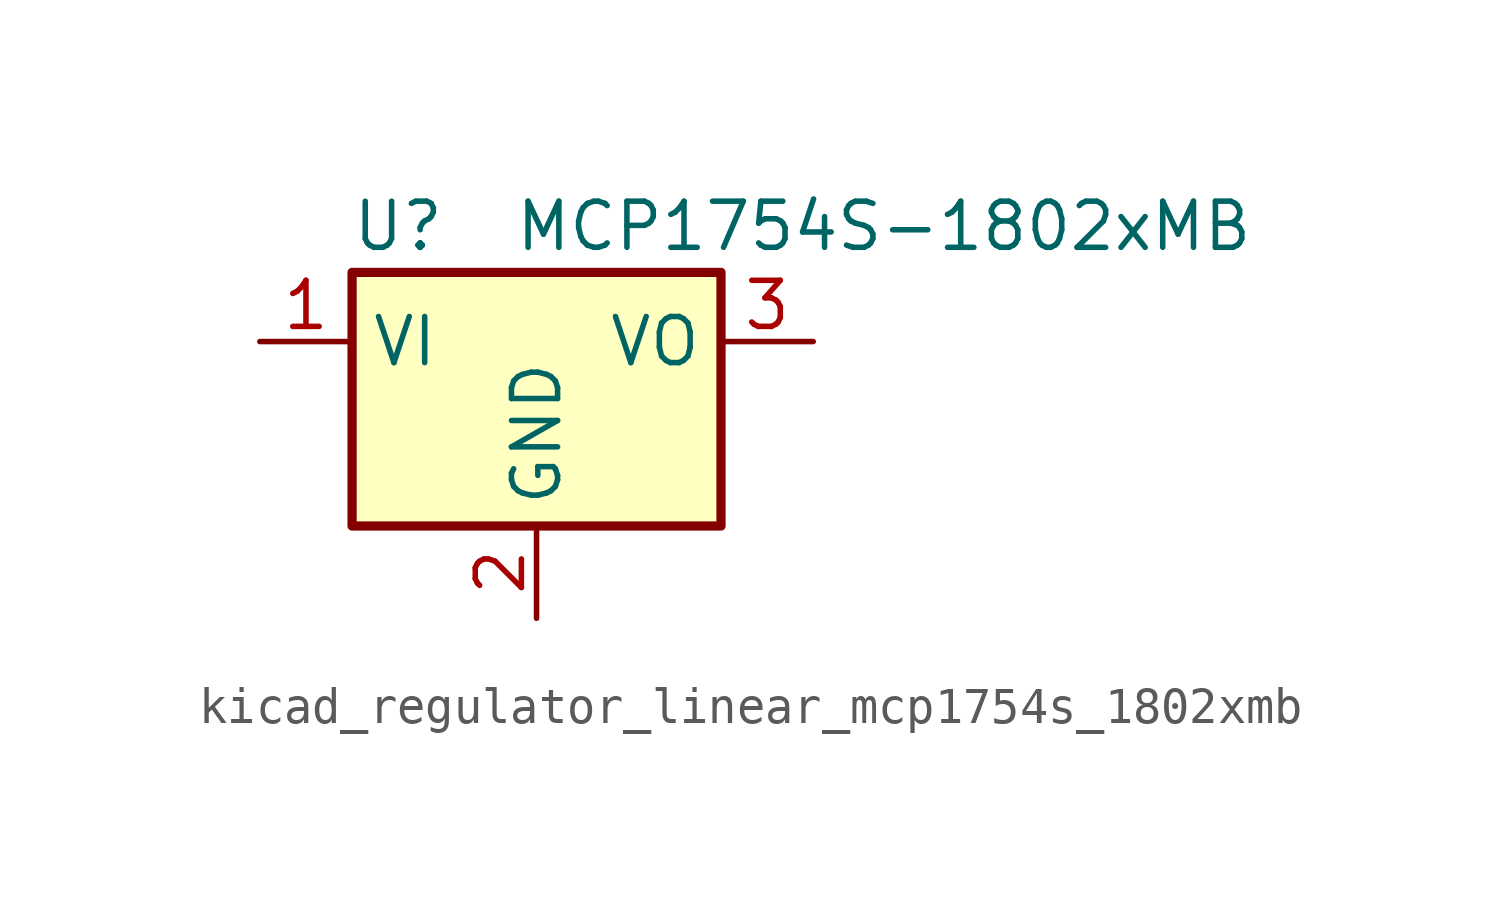
<source format=kicad_sym>
(kicad_symbol_lib
  (version 20220914)
  (generator kicad_symbol_editor)
  (symbol "kicad_regulator_linear_mcp1754s_1802xmb"
    (property "Reference" "U"
      (at -3.81 3.175 0)
      (effects (font (size 1.27 1.27))))
    (property "Value" "MCP1754S-1802xMB"
      (at -0.635 3.175 0)
      (effects (font (size 1.27 1.27)) (justify left)))
    (symbol "kicad_regulator_linear_mcp1754s_1802xmb_0_1"
      (rectangle (start -5.08 -5.08) (end 5.08 1.905) (stroke (width 0.254) (type default)) (fill (type background))))
    (symbol "kicad_regulator_linear_mcp1754s_1802xmb_1_1"
      (pin power_in line (at -7.62 0 0) (length 2.54) (name "VI" (effects (font (size 1.27 1.27)))) (number "1" (effects (font (size 1.27 1.27)))))
      (pin power_in line (at 0 -7.62 90) (length 2.54) (name "GND" (effects (font (size 1.27 1.27)))) (number "2" (effects (font (size 1.27 1.27)))))
      (pin power_out line (at 7.62 0 180) (length 2.54) (name "VO" (effects (font (size 1.27 1.27)))) (number "3" (effects (font (size 1.27 1.27))))))))
</source>
